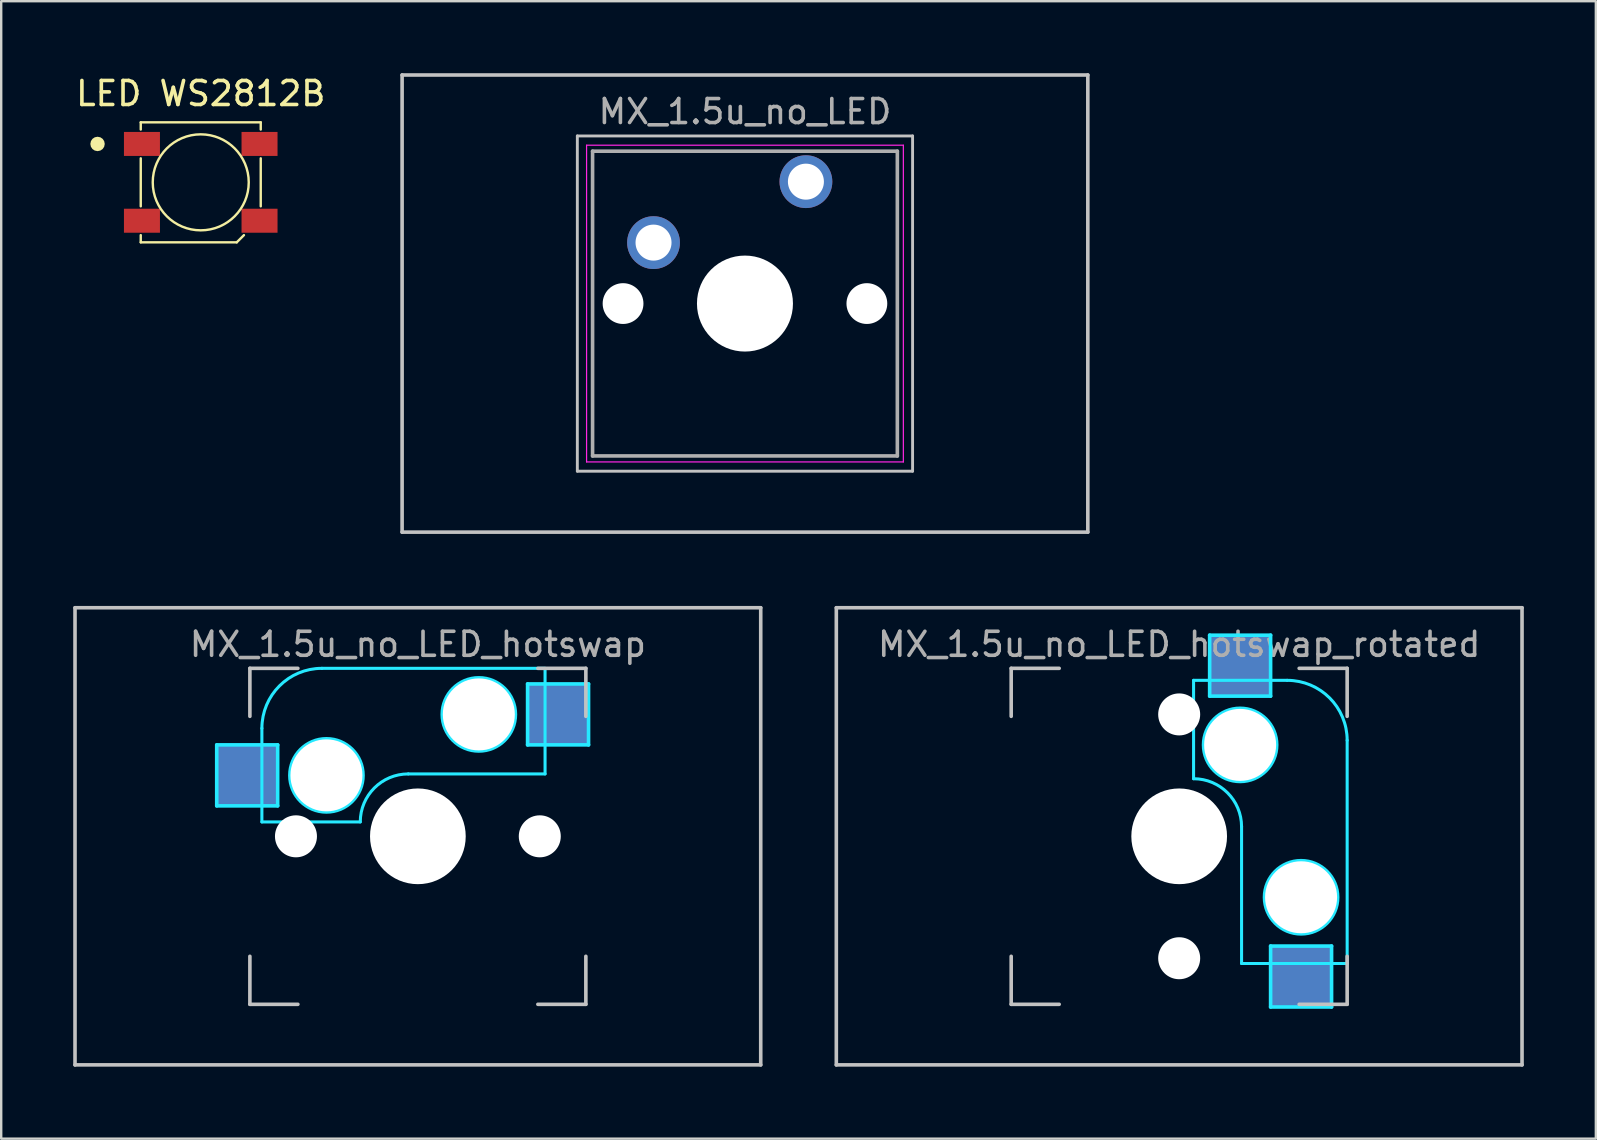
<source format=kicad_pcb>
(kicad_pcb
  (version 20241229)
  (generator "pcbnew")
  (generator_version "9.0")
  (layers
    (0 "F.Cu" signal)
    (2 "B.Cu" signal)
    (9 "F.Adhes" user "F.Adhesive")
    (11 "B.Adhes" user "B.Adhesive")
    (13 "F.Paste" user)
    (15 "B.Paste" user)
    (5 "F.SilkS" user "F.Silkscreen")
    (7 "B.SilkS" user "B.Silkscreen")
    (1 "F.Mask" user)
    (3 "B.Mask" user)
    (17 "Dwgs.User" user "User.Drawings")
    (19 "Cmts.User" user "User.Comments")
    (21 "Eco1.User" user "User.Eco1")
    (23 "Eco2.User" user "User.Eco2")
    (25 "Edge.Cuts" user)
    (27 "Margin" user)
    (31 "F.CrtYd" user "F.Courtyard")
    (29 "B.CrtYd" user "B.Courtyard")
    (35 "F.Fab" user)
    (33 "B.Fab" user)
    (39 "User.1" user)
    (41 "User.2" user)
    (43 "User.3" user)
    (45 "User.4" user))
  (footprint "MX_1.5u_no_LED_hotswap_rotated"
    (layer "F.Cu")
    (at 46.087 31.8)
    (property "Reference" "MX_1.5u_no_LED_hotswap_rotated" (at 0 -8 0) (layer "F.Fab") (effects (font (size 1 1) (thickness 0.15))))
    (attr through_hole)
    (fp_line (start -14.287 -9.525) (end 14.287 -9.525) (stroke (width 0.15) (type solid)) (layer "Dwgs.User"))
    (fp_line (start -14.287 9.525) (end -14.287 -9.525) (stroke (width 0.15) (type solid)) (layer "Dwgs.User"))
    (fp_line (start -7 -7) (end -7 -5) (stroke (width 0.15) (type solid)) (layer "Dwgs.User"))
    (fp_line (start -7 5) (end -7 7) (stroke (width 0.15) (type solid)) (layer "Dwgs.User"))
    (fp_line (start -7 7) (end -5 7) (stroke (width 0.15) (type solid)) (layer "Dwgs.User"))
    (fp_line (start -5 -7) (end -7 -7) (stroke (width 0.15) (type solid)) (layer "Dwgs.User"))
    (fp_line (start 7 -7) (end 5 -7) (stroke (width 0.15) (type solid)) (layer "Dwgs.User"))
    (fp_line (start 7 -5) (end 7 -7) (stroke (width 0.15) (type solid)) (layer "Dwgs.User"))
    (fp_line (start 7 5) (end 7 7) (stroke (width 0.15) (type solid)) (layer "Dwgs.User"))
    (fp_line (start 7 7) (end 5 7) (stroke (width 0.15) (type solid)) (layer "Dwgs.User"))
    (fp_line (start 14.287 -9.525) (end 14.287 9.525) (stroke (width 0.15) (type solid)) (layer "Dwgs.User"))
    (fp_line (start 14.287 9.525) (end -14.287 9.525) (stroke (width 0.15) (type solid)) (layer "Dwgs.User"))
    (fp_line (start 0.6 -6.5) (end 0.6 -2.4) (stroke (width 0.127) (type solid)) (layer "B.CrtYd"))
    (fp_line (start 1.27 -8.382) (end 1.27 -5.842) (stroke (width 0.15) (type solid)) (layer "B.CrtYd"))
    (fp_line (start 1.27 -5.842) (end 3.81 -5.842) (stroke (width 0.15) (type solid)) (layer "B.CrtYd"))
    (fp_line (start 2.6 -0.4) (end 2.6 5.3) (stroke (width 0.127) (type solid)) (layer "B.CrtYd"))
    (fp_line (start 3.81 -8.382) (end 1.27 -8.382) (stroke (width 0.15) (type solid)) (layer "B.CrtYd"))
    (fp_line (start 3.81 -5.842) (end 3.81 -8.382) (stroke (width 0.15) (type solid)) (layer "B.CrtYd"))
    (fp_line (start 3.81 4.572) (end 6.35 4.572) (stroke (width 0.15) (type solid)) (layer "B.CrtYd"))
    (fp_line (start 3.81 7.112) (end 3.81 4.572) (stroke (width 0.15) (type solid)) (layer "B.CrtYd"))
    (fp_line (start 4.5 -6.5) (end 0.6 -6.5) (stroke (width 0.127) (type solid)) (layer "B.CrtYd"))
    (fp_line (start 6.35 4.572) (end 6.35 7.112) (stroke (width 0.15) (type solid)) (layer "B.CrtYd"))
    (fp_line (start 6.35 7.112) (end 3.81 7.112) (stroke (width 0.15) (type solid)) (layer "B.CrtYd"))
    (fp_line (start 7 5.3) (end 2.6 5.3) (stroke (width 0.127) (type solid)) (layer "B.CrtYd"))
    (fp_line (start 7 5.3) (end 7 -4) (stroke (width 0.127) (type solid)) (layer "B.CrtYd"))
    (fp_arc (start 0.6 -2.4) (mid 2.014214 -1.814214) (end 2.6 -0.4) (stroke (width 0.127) (type solid)) (layer "B.CrtYd"))
    (fp_arc (start 4.5 -6.5) (mid 6.267767 -5.767767) (end 7 -4) (stroke (width 0.127) (type solid)) (layer "B.CrtYd"))
    (fp_circle (center 2.54 -3.81) (end 4.064 -3.81) (stroke (width 0.15) (type solid)) (fill no) (layer "B.CrtYd"))
    (fp_circle (center 5.08 2.54) (end 6.604 2.54) (stroke (width 0.15) (type solid)) (fill no) (layer "B.CrtYd"))
    (pad "" np_thru_hole circle (at 0 -5.08 318.1) (size 1.75 1.75) (drill 1.75) (layers "*.Cu" "*.Mask"))
    (pad "" np_thru_hole circle (at 0 0 270) (size 3.988 3.988) (drill 3.988) (layers "*.Cu" "*.Mask"))
    (pad "" np_thru_hole circle (at 0 5.08 318.1) (size 1.75 1.75) (drill 1.75) (layers "*.Cu" "*.Mask"))
    (pad "" np_thru_hole circle (at 2.54 -3.81 270) (size 3 3) (drill 3) (layers "*.Cu" "*.Mask"))
    (pad "" np_thru_hole circle (at 5.08 2.54 270) (size 3 3) (drill 3) (layers "*.Cu" "*.Mask"))
    (pad "1" smd rect (at 5.08 5.842 270) (size 2.55 2.5) (layers "B.Cu" "B.Mask" "B.Paste"))
    (pad "2" smd rect (at 2.54 -7.085 270) (size 2.55 2.5) (layers "B.Cu" "B.Mask" "B.Paste")))
  (footprint "LED WS2812B"
    (layer "F.Cu")
    (at 5.315 4.548)
    (property "Reference" "LED WS2812B" (at 0 -3.7 0) (unlocked yes) (layer "F.SilkS") (effects (font (size 1 1) (thickness 0.15))))
    (attr smd)
    (fp_line (start -2.5 -2.2) (end -2.5 -2.5) (stroke (width 0.1) (type solid)) (layer "F.SilkS"))
    (fp_line (start -2.5 1) (end -2.5 -1) (stroke (width 0.1) (type solid)) (layer "F.SilkS"))
    (fp_line (start -2.5 2.2) (end -2.5 2.5) (stroke (width 0.1) (type solid)) (layer "F.SilkS"))
    (fp_line (start -2.5 2.5) (end 1.5 2.5) (stroke (width 0.1) (type solid)) (layer "F.SilkS"))
    (fp_line (start 1.8 2.2) (end 1.5 2.5) (stroke (width 0.1) (type solid)) (layer "F.SilkS"))
    (fp_line (start 2.5 -2.5) (end -2.5 -2.5) (stroke (width 0.1) (type solid)) (layer "F.SilkS"))
    (fp_line (start 2.5 -2.2) (end 2.5 -2.5) (stroke (width 0.1) (type solid)) (layer "F.SilkS"))
    (fp_line (start 2.5 1) (end 2.5 -1) (stroke (width 0.1) (type solid)) (layer "F.SilkS"))
    (fp_circle (center -4.3 -1.6) (end -4.15 -1.6) (stroke (width 0.3) (type solid)) (fill no) (layer "F.SilkS"))
    (fp_circle (center 0 0) (end 2 0) (stroke (width 0.1) (type solid)) (fill no) (layer "F.SilkS"))
    (pad "1" smd rect (at -2.45 -1.6) (size 1.5 1) (layers "F.Cu" "F.Mask" "F.Paste"))
    (pad "2" smd rect (at -2.45 1.6) (size 1.5 1) (layers "F.Cu" "F.Mask" "F.Paste"))
    (pad "3" smd rect (at 2.45 1.6) (size 1.5 1) (layers "F.Cu" "F.Mask" "F.Paste"))
    (pad "4" smd rect (at 2.45 -1.6) (size 1.5 1) (layers "F.Cu" "F.Mask" "F.Paste")))
  (footprint "MX_1.5u_no_LED_hotswap"
    (layer "F.Cu")
    (at 14.363 31.8)
    (property "Reference" "MX_1.5u_no_LED_hotswap" (at 0 -8 0) (layer "F.Fab") (effects (font (size 1 1) (thickness 0.15))))
    (attr through_hole)
    (fp_line (start -14.287 -9.525) (end 14.287 -9.525) (stroke (width 0.15) (type solid)) (layer "Dwgs.User"))
    (fp_line (start -14.287 9.525) (end -14.287 -9.525) (stroke (width 0.15) (type solid)) (layer "Dwgs.User"))
    (fp_line (start -7 -7) (end -7 -5) (stroke (width 0.15) (type solid)) (layer "Dwgs.User"))
    (fp_line (start -7 5) (end -7 7) (stroke (width 0.15) (type solid)) (layer "Dwgs.User"))
    (fp_line (start -7 7) (end -5 7) (stroke (width 0.15) (type solid)) (layer "Dwgs.User"))
    (fp_line (start -5 -7) (end -7 -7) (stroke (width 0.15) (type solid)) (layer "Dwgs.User"))
    (fp_line (start 5 -7) (end 7 -7) (stroke (width 0.15) (type solid)) (layer "Dwgs.User"))
    (fp_line (start 5 7) (end 7 7) (stroke (width 0.15) (type solid)) (layer "Dwgs.User"))
    (fp_line (start 7 -7) (end 7 -5) (stroke (width 0.15) (type solid)) (layer "Dwgs.User"))
    (fp_line (start 7 7) (end 7 5) (stroke (width 0.15) (type solid)) (layer "Dwgs.User"))
    (fp_line (start 14.287 -9.525) (end 14.287 9.525) (stroke (width 0.15) (type solid)) (layer "Dwgs.User"))
    (fp_line (start 14.287 9.525) (end -14.287 9.525) (stroke (width 0.15) (type solid)) (layer "Dwgs.User"))
    (fp_line (start -8.382 -3.81) (end -8.382 -1.27) (stroke (width 0.15) (type solid)) (layer "B.CrtYd"))
    (fp_line (start -8.382 -1.27) (end -5.842 -1.27) (stroke (width 0.15) (type solid)) (layer "B.CrtYd"))
    (fp_line (start -6.5 -4.5) (end -6.5 -0.6) (stroke (width 0.127) (type solid)) (layer "B.CrtYd"))
    (fp_line (start -6.5 -0.6) (end -2.4 -0.6) (stroke (width 0.127) (type solid)) (layer "B.CrtYd"))
    (fp_line (start -5.842 -3.81) (end -8.382 -3.81) (stroke (width 0.15) (type solid)) (layer "B.CrtYd"))
    (fp_line (start -5.842 -1.27) (end -5.842 -3.81) (stroke (width 0.15) (type solid)) (layer "B.CrtYd"))
    (fp_line (start -0.4 -2.6) (end 5.3 -2.6) (stroke (width 0.127) (type solid)) (layer "B.CrtYd"))
    (fp_line (start 4.572 -6.35) (end 7.112 -6.35) (stroke (width 0.15) (type solid)) (layer "B.CrtYd"))
    (fp_line (start 4.572 -3.81) (end 4.572 -6.35) (stroke (width 0.15) (type solid)) (layer "B.CrtYd"))
    (fp_line (start 5.3 -7) (end -4 -7) (stroke (width 0.127) (type solid)) (layer "B.CrtYd"))
    (fp_line (start 5.3 -7) (end 5.3 -2.6) (stroke (width 0.127) (type solid)) (layer "B.CrtYd"))
    (fp_line (start 7.112 -6.35) (end 7.112 -3.81) (stroke (width 0.15) (type solid)) (layer "B.CrtYd"))
    (fp_line (start 7.112 -3.81) (end 4.572 -3.81) (stroke (width 0.15) (type solid)) (layer "B.CrtYd"))
    (fp_arc (start -6.5 -4.5) (mid -5.767767 -6.267767) (end -4 -7) (stroke (width 0.127) (type solid)) (layer "B.CrtYd"))
    (fp_arc (start -2.4 -0.6) (mid -1.814214 -2.014214) (end -0.4 -2.6) (stroke (width 0.127) (type solid)) (layer "B.CrtYd"))
    (fp_circle (center -3.81 -2.54) (end -3.81 -4.064) (stroke (width 0.15) (type solid)) (fill no) (layer "B.CrtYd"))
    (fp_circle (center 2.54 -5.08) (end 2.54 -6.604) (stroke (width 0.15) (type solid)) (fill no) (layer "B.CrtYd"))
    (pad "" np_thru_hole circle (at -5.08 0 48.1) (size 1.75 1.75) (drill 1.75) (layers "*.Cu" "*.Mask"))
    (pad "" np_thru_hole circle (at -3.81 -2.54) (size 3 3) (drill 3) (layers "*.Cu" "*.Mask"))
    (pad "" np_thru_hole circle (at 0 0) (size 3.988 3.988) (drill 3.988) (layers "*.Cu" "*.Mask"))
    (pad "" np_thru_hole circle (at 2.54 -5.08) (size 3 3) (drill 3) (layers "*.Cu" "*.Mask"))
    (pad "" np_thru_hole circle (at 5.08 0 48.1) (size 1.75 1.75) (drill 1.75) (layers "*.Cu" "*.Mask"))
    (pad "1" smd rect (at 5.842 -5.08) (size 2.55 2.5) (layers "B.Cu" "B.Mask" "B.Paste"))
    (pad "2" smd rect (at -7.085 -2.54) (size 2.55 2.5) (layers "B.Cu" "B.Mask" "B.Paste")))
  (footprint "MX_1.5u_no_LED"
    (layer "F.Cu")
    (at 27.993 9.6)
    (property "Reference" "MX_1.5u_no_LED" (at 0 -8 0) (layer "F.Fab") (effects (font (size 1 1) (thickness 0.15))))
    (attr through_hole)
    (fp_line (start -14.287 -9.525) (end 14.287 -9.525) (stroke (width 0.15) (type solid)) (layer "Dwgs.User"))
    (fp_line (start -14.287 9.525) (end -14.287 -9.525) (stroke (width 0.15) (type solid)) (layer "Dwgs.User"))
    (fp_line (start -6.985 -6.985) (end 6.985 -6.985) (stroke (width 0.12) (type solid)) (layer "Dwgs.User"))
    (fp_line (start -6.985 6.985) (end -6.985 -6.985) (stroke (width 0.12) (type solid)) (layer "Dwgs.User"))
    (fp_line (start 6.985 -6.985) (end 6.985 6.985) (stroke (width 0.12) (type solid)) (layer "Dwgs.User"))
    (fp_line (start 6.985 6.985) (end -6.985 6.985) (stroke (width 0.12) (type solid)) (layer "Dwgs.User"))
    (fp_line (start 14.287 -9.525) (end 14.287 9.525) (stroke (width 0.15) (type solid)) (layer "Dwgs.User"))
    (fp_line (start 14.287 9.525) (end -14.287 9.525) (stroke (width 0.15) (type solid)) (layer "Dwgs.User"))
    (fp_line (start -6.6 -6.6) (end 6.6 -6.6) (stroke (width 0.05) (type solid)) (layer "F.CrtYd"))
    (fp_line (start -6.6 6.6) (end -6.6 -6.6) (stroke (width 0.05) (type solid)) (layer "F.CrtYd"))
    (fp_line (start 6.6 -6.6) (end 6.6 6.6) (stroke (width 0.05) (type solid)) (layer "F.CrtYd"))
    (fp_line (start 6.6 6.6) (end -6.6 6.6) (stroke (width 0.05) (type solid)) (layer "F.CrtYd"))
    (fp_line (start -6.35 -6.35) (end 6.35 -6.35) (stroke (width 0.15) (type solid)) (layer "F.Fab"))
    (fp_line (start -6.35 6.35) (end -6.35 -6.35) (stroke (width 0.15) (type solid)) (layer "F.Fab"))
    (fp_line (start 6.35 -6.35) (end 6.35 6.35) (stroke (width 0.15) (type solid)) (layer "F.Fab"))
    (fp_line (start 6.35 6.35) (end -6.35 6.35) (stroke (width 0.15) (type solid)) (layer "F.Fab"))
    (pad "" np_thru_hole circle (at -5.08 0) (size 1.7 1.7) (drill 1.7) (layers "*.Cu" "*.Mask"))
    (pad "" np_thru_hole circle (at 0 0) (size 4 4) (drill 4) (layers "*.Cu" "*.Mask"))
    (pad "" np_thru_hole circle (at 5.08 0) (size 1.7 1.7) (drill 1.7) (layers "*.Cu" "*.Mask"))
    (pad "1" thru_hole circle (at 2.54 -5.08) (size 2.2 2.2) (drill 1.5) (layers "*.Cu" "*.Mask"))
    (pad "2" thru_hole circle (at -3.81 -2.54) (size 2.2 2.2) (drill 1.5) (layers "*.Cu" "*.Mask")))
  (gr_rect
    (start -3 -3)
    (end 63.45 44.4)
    (stroke (width 0.1) (type default))
    (fill no)
    (layer "Edge.Cuts")))
</source>
